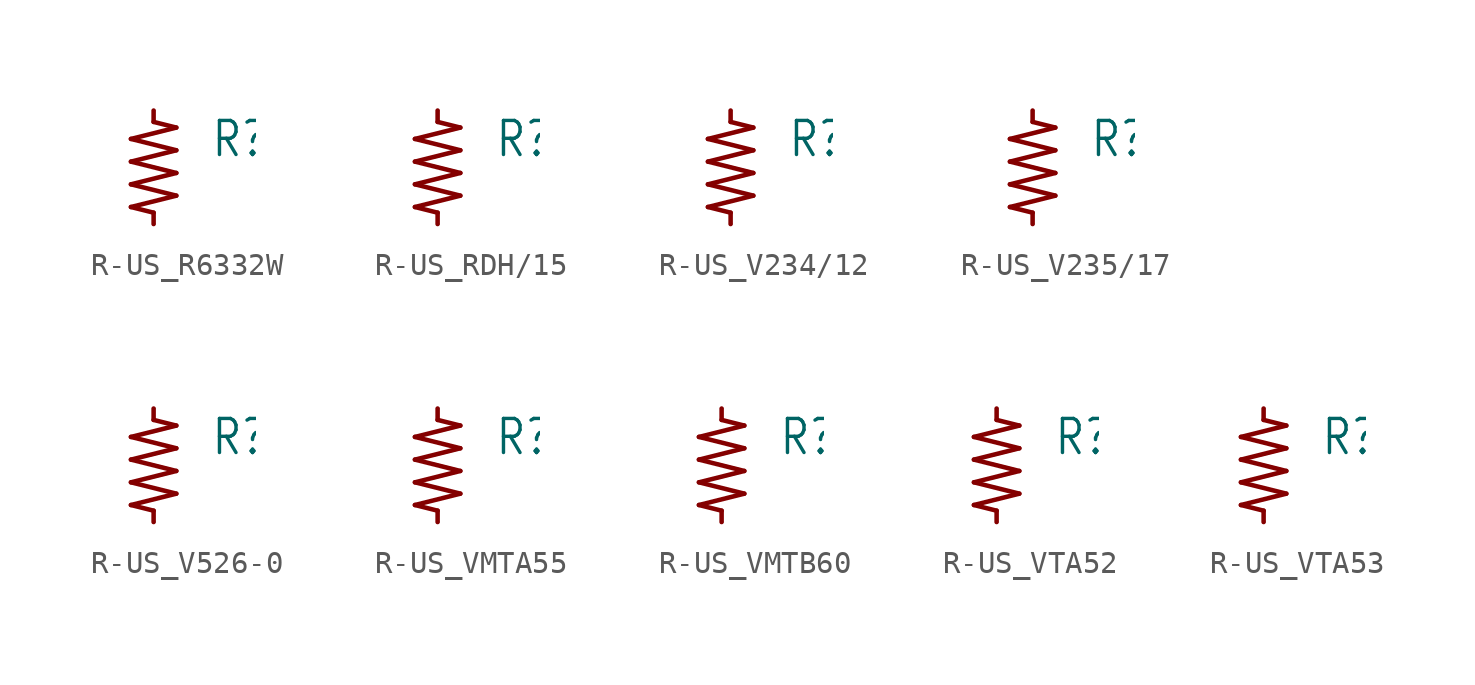
<source format=kicad_sym>
(kicad_symbol_lib
  (version 20220914)
  (generator kicad_symbol_editor)
  (symbol "R-US_R6332W"
    (property "Reference" "R"
      (at 2.54 1.27 0)
      (effects (font (size 1.524 1.295)) (justify left)))
    (property "Value" ""
      (at 2.54 -1.27 0)
      (effects (font (size 1.524 1.295)) (justify left)))
    (property "ki_locked" ""
      (at 0 0 0)
      (effects (font (size 1.27 1.27))))
    (symbol "R-US_R6332W_1_0"
      (polyline (pts (xy -1.016 -1.778) (xy 0 -2.032)) (stroke (width 0.203) (type solid)) (fill (type none)))
      (polyline (pts (xy -1.016 -0.762) (xy 1.016 -0.254)) (stroke (width 0.203) (type solid)) (fill (type none)))
      (polyline (pts (xy -1.016 0.254) (xy 1.016 0.762)) (stroke (width 0.203) (type solid)) (fill (type none)))
      (polyline (pts (xy -1.016 1.27) (xy 1.016 1.778)) (stroke (width 0.203) (type solid)) (fill (type none)))
      (polyline (pts (xy 0 -2.032) (xy 0 -2.54)) (stroke (width 0.203) (type solid)) (fill (type none)))
      (polyline (pts (xy 0 2.032) (xy 0 2.54)) (stroke (width 0.203) (type solid)) (fill (type none)))
      (polyline (pts (xy 1.016 -1.27) (xy -1.016 -1.778)) (stroke (width 0.203) (type solid)) (fill (type none)))
      (polyline (pts (xy 1.016 -1.27) (xy -1.016 -0.762)) (stroke (width 0.203) (type solid)) (fill (type none)))
      (polyline (pts (xy 1.016 -0.254) (xy -1.016 0.254)) (stroke (width 0.203) (type solid)) (fill (type none)))
      (polyline (pts (xy 1.016 0.762) (xy -1.016 1.27)) (stroke (width 0.203) (type solid)) (fill (type none)))
      (polyline (pts (xy 1.016 1.778) (xy 0 2.032)) (stroke (width 0.203) (type solid)) (fill (type none)))
      (pin passive line (at 0 -2.54 90) (length 0) (name "1" (effects (font (size 0 0)))) (number "1" (effects (font (size 0 0)))))
      (pin passive line (at 0 2.54 270) (length 0) (name "2" (effects (font (size 0 0)))) (number "2" (effects (font (size 0 0)))))))
  (symbol "R-US_RDH/15"
    (property "Reference" "R"
      (at 2.54 1.27 0)
      (effects (font (size 1.524 1.295)) (justify left)))
    (property "Value" ""
      (at 2.54 -1.27 0)
      (effects (font (size 1.524 1.295)) (justify left)))
    (property "ki_locked" ""
      (at 0 0 0)
      (effects (font (size 1.27 1.27))))
    (symbol "R-US_RDH/15_1_0"
      (polyline (pts (xy -1.016 -1.778) (xy 0 -2.032)) (stroke (width 0.203) (type solid)) (fill (type none)))
      (polyline (pts (xy -1.016 -0.762) (xy 1.016 -0.254)) (stroke (width 0.203) (type solid)) (fill (type none)))
      (polyline (pts (xy -1.016 0.254) (xy 1.016 0.762)) (stroke (width 0.203) (type solid)) (fill (type none)))
      (polyline (pts (xy -1.016 1.27) (xy 1.016 1.778)) (stroke (width 0.203) (type solid)) (fill (type none)))
      (polyline (pts (xy 0 -2.032) (xy 0 -2.54)) (stroke (width 0.203) (type solid)) (fill (type none)))
      (polyline (pts (xy 0 2.032) (xy 0 2.54)) (stroke (width 0.203) (type solid)) (fill (type none)))
      (polyline (pts (xy 1.016 -1.27) (xy -1.016 -1.778)) (stroke (width 0.203) (type solid)) (fill (type none)))
      (polyline (pts (xy 1.016 -1.27) (xy -1.016 -0.762)) (stroke (width 0.203) (type solid)) (fill (type none)))
      (polyline (pts (xy 1.016 -0.254) (xy -1.016 0.254)) (stroke (width 0.203) (type solid)) (fill (type none)))
      (polyline (pts (xy 1.016 0.762) (xy -1.016 1.27)) (stroke (width 0.203) (type solid)) (fill (type none)))
      (polyline (pts (xy 1.016 1.778) (xy 0 2.032)) (stroke (width 0.203) (type solid)) (fill (type none)))
      (pin passive line (at 0 -2.54 90) (length 0) (name "1" (effects (font (size 0 0)))) (number "1" (effects (font (size 0 0)))))
      (pin passive line (at 0 2.54 270) (length 0) (name "2" (effects (font (size 0 0)))) (number "2" (effects (font (size 0 0)))))))
  (symbol "R-US_V234/12"
    (property "Reference" "R"
      (at 2.54 1.27 0)
      (effects (font (size 1.524 1.295)) (justify left)))
    (property "Value" ""
      (at 2.54 -1.27 0)
      (effects (font (size 1.524 1.295)) (justify left)))
    (property "ki_locked" ""
      (at 0 0 0)
      (effects (font (size 1.27 1.27))))
    (symbol "R-US_V234/12_1_0"
      (polyline (pts (xy -1.016 -1.778) (xy 0 -2.032)) (stroke (width 0.203) (type solid)) (fill (type none)))
      (polyline (pts (xy -1.016 -0.762) (xy 1.016 -0.254)) (stroke (width 0.203) (type solid)) (fill (type none)))
      (polyline (pts (xy -1.016 0.254) (xy 1.016 0.762)) (stroke (width 0.203) (type solid)) (fill (type none)))
      (polyline (pts (xy -1.016 1.27) (xy 1.016 1.778)) (stroke (width 0.203) (type solid)) (fill (type none)))
      (polyline (pts (xy 0 -2.032) (xy 0 -2.54)) (stroke (width 0.203) (type solid)) (fill (type none)))
      (polyline (pts (xy 0 2.032) (xy 0 2.54)) (stroke (width 0.203) (type solid)) (fill (type none)))
      (polyline (pts (xy 1.016 -1.27) (xy -1.016 -1.778)) (stroke (width 0.203) (type solid)) (fill (type none)))
      (polyline (pts (xy 1.016 -1.27) (xy -1.016 -0.762)) (stroke (width 0.203) (type solid)) (fill (type none)))
      (polyline (pts (xy 1.016 -0.254) (xy -1.016 0.254)) (stroke (width 0.203) (type solid)) (fill (type none)))
      (polyline (pts (xy 1.016 0.762) (xy -1.016 1.27)) (stroke (width 0.203) (type solid)) (fill (type none)))
      (polyline (pts (xy 1.016 1.778) (xy 0 2.032)) (stroke (width 0.203) (type solid)) (fill (type none)))
      (pin passive line (at 0 -2.54 90) (length 0) (name "1" (effects (font (size 0 0)))) (number "1" (effects (font (size 0 0)))))
      (pin passive line (at 0 2.54 270) (length 0) (name "2" (effects (font (size 0 0)))) (number "2" (effects (font (size 0 0)))))))
  (symbol "R-US_V235/17"
    (property "Reference" "R"
      (at 2.54 1.27 0)
      (effects (font (size 1.524 1.295)) (justify left)))
    (property "Value" ""
      (at 2.54 -1.27 0)
      (effects (font (size 1.524 1.295)) (justify left)))
    (property "ki_locked" ""
      (at 0 0 0)
      (effects (font (size 1.27 1.27))))
    (symbol "R-US_V235/17_1_0"
      (polyline (pts (xy -1.016 -1.778) (xy 0 -2.032)) (stroke (width 0.203) (type solid)) (fill (type none)))
      (polyline (pts (xy -1.016 -0.762) (xy 1.016 -0.254)) (stroke (width 0.203) (type solid)) (fill (type none)))
      (polyline (pts (xy -1.016 0.254) (xy 1.016 0.762)) (stroke (width 0.203) (type solid)) (fill (type none)))
      (polyline (pts (xy -1.016 1.27) (xy 1.016 1.778)) (stroke (width 0.203) (type solid)) (fill (type none)))
      (polyline (pts (xy 0 -2.032) (xy 0 -2.54)) (stroke (width 0.203) (type solid)) (fill (type none)))
      (polyline (pts (xy 0 2.032) (xy 0 2.54)) (stroke (width 0.203) (type solid)) (fill (type none)))
      (polyline (pts (xy 1.016 -1.27) (xy -1.016 -1.778)) (stroke (width 0.203) (type solid)) (fill (type none)))
      (polyline (pts (xy 1.016 -1.27) (xy -1.016 -0.762)) (stroke (width 0.203) (type solid)) (fill (type none)))
      (polyline (pts (xy 1.016 -0.254) (xy -1.016 0.254)) (stroke (width 0.203) (type solid)) (fill (type none)))
      (polyline (pts (xy 1.016 0.762) (xy -1.016 1.27)) (stroke (width 0.203) (type solid)) (fill (type none)))
      (polyline (pts (xy 1.016 1.778) (xy 0 2.032)) (stroke (width 0.203) (type solid)) (fill (type none)))
      (pin passive line (at 0 -2.54 90) (length 0) (name "1" (effects (font (size 0 0)))) (number "1" (effects (font (size 0 0)))))
      (pin passive line (at 0 2.54 270) (length 0) (name "2" (effects (font (size 0 0)))) (number "2" (effects (font (size 0 0)))))))
  (symbol "R-US_V526-0"
    (property "Reference" "R"
      (at 2.54 1.27 0)
      (effects (font (size 1.524 1.295)) (justify left)))
    (property "Value" ""
      (at 2.54 -1.27 0)
      (effects (font (size 1.524 1.295)) (justify left)))
    (property "ki_locked" ""
      (at 0 0 0)
      (effects (font (size 1.27 1.27))))
    (symbol "R-US_V526-0_1_0"
      (polyline (pts (xy -1.016 -1.778) (xy 0 -2.032)) (stroke (width 0.203) (type solid)) (fill (type none)))
      (polyline (pts (xy -1.016 -0.762) (xy 1.016 -0.254)) (stroke (width 0.203) (type solid)) (fill (type none)))
      (polyline (pts (xy -1.016 0.254) (xy 1.016 0.762)) (stroke (width 0.203) (type solid)) (fill (type none)))
      (polyline (pts (xy -1.016 1.27) (xy 1.016 1.778)) (stroke (width 0.203) (type solid)) (fill (type none)))
      (polyline (pts (xy 0 -2.032) (xy 0 -2.54)) (stroke (width 0.203) (type solid)) (fill (type none)))
      (polyline (pts (xy 0 2.032) (xy 0 2.54)) (stroke (width 0.203) (type solid)) (fill (type none)))
      (polyline (pts (xy 1.016 -1.27) (xy -1.016 -1.778)) (stroke (width 0.203) (type solid)) (fill (type none)))
      (polyline (pts (xy 1.016 -1.27) (xy -1.016 -0.762)) (stroke (width 0.203) (type solid)) (fill (type none)))
      (polyline (pts (xy 1.016 -0.254) (xy -1.016 0.254)) (stroke (width 0.203) (type solid)) (fill (type none)))
      (polyline (pts (xy 1.016 0.762) (xy -1.016 1.27)) (stroke (width 0.203) (type solid)) (fill (type none)))
      (polyline (pts (xy 1.016 1.778) (xy 0 2.032)) (stroke (width 0.203) (type solid)) (fill (type none)))
      (pin passive line (at 0 -2.54 90) (length 0) (name "1" (effects (font (size 0 0)))) (number "1" (effects (font (size 0 0)))))
      (pin passive line (at 0 2.54 270) (length 0) (name "2" (effects (font (size 0 0)))) (number "2" (effects (font (size 0 0)))))))
  (symbol "R-US_VMTA55"
    (property "Reference" "R"
      (at 2.54 1.27 0)
      (effects (font (size 1.524 1.295)) (justify left)))
    (property "Value" ""
      (at 2.54 -1.27 0)
      (effects (font (size 1.524 1.295)) (justify left)))
    (property "ki_locked" ""
      (at 0 0 0)
      (effects (font (size 1.27 1.27))))
    (symbol "R-US_VMTA55_1_0"
      (polyline (pts (xy -1.016 -1.778) (xy 0 -2.032)) (stroke (width 0.203) (type solid)) (fill (type none)))
      (polyline (pts (xy -1.016 -0.762) (xy 1.016 -0.254)) (stroke (width 0.203) (type solid)) (fill (type none)))
      (polyline (pts (xy -1.016 0.254) (xy 1.016 0.762)) (stroke (width 0.203) (type solid)) (fill (type none)))
      (polyline (pts (xy -1.016 1.27) (xy 1.016 1.778)) (stroke (width 0.203) (type solid)) (fill (type none)))
      (polyline (pts (xy 0 -2.032) (xy 0 -2.54)) (stroke (width 0.203) (type solid)) (fill (type none)))
      (polyline (pts (xy 0 2.032) (xy 0 2.54)) (stroke (width 0.203) (type solid)) (fill (type none)))
      (polyline (pts (xy 1.016 -1.27) (xy -1.016 -1.778)) (stroke (width 0.203) (type solid)) (fill (type none)))
      (polyline (pts (xy 1.016 -1.27) (xy -1.016 -0.762)) (stroke (width 0.203) (type solid)) (fill (type none)))
      (polyline (pts (xy 1.016 -0.254) (xy -1.016 0.254)) (stroke (width 0.203) (type solid)) (fill (type none)))
      (polyline (pts (xy 1.016 0.762) (xy -1.016 1.27)) (stroke (width 0.203) (type solid)) (fill (type none)))
      (polyline (pts (xy 1.016 1.778) (xy 0 2.032)) (stroke (width 0.203) (type solid)) (fill (type none)))
      (pin passive line (at 0 -2.54 90) (length 0) (name "1" (effects (font (size 0 0)))) (number "1" (effects (font (size 0 0)))))
      (pin passive line (at 0 2.54 270) (length 0) (name "2" (effects (font (size 0 0)))) (number "2" (effects (font (size 0 0)))))))
  (symbol "R-US_VMTB60"
    (property "Reference" "R"
      (at 2.54 1.27 0)
      (effects (font (size 1.524 1.295)) (justify left)))
    (property "Value" ""
      (at 2.54 -1.27 0)
      (effects (font (size 1.524 1.295)) (justify left)))
    (property "ki_locked" ""
      (at 0 0 0)
      (effects (font (size 1.27 1.27))))
    (symbol "R-US_VMTB60_1_0"
      (polyline (pts (xy -1.016 -1.778) (xy 0 -2.032)) (stroke (width 0.203) (type solid)) (fill (type none)))
      (polyline (pts (xy -1.016 -0.762) (xy 1.016 -0.254)) (stroke (width 0.203) (type solid)) (fill (type none)))
      (polyline (pts (xy -1.016 0.254) (xy 1.016 0.762)) (stroke (width 0.203) (type solid)) (fill (type none)))
      (polyline (pts (xy -1.016 1.27) (xy 1.016 1.778)) (stroke (width 0.203) (type solid)) (fill (type none)))
      (polyline (pts (xy 0 -2.032) (xy 0 -2.54)) (stroke (width 0.203) (type solid)) (fill (type none)))
      (polyline (pts (xy 0 2.032) (xy 0 2.54)) (stroke (width 0.203) (type solid)) (fill (type none)))
      (polyline (pts (xy 1.016 -1.27) (xy -1.016 -1.778)) (stroke (width 0.203) (type solid)) (fill (type none)))
      (polyline (pts (xy 1.016 -1.27) (xy -1.016 -0.762)) (stroke (width 0.203) (type solid)) (fill (type none)))
      (polyline (pts (xy 1.016 -0.254) (xy -1.016 0.254)) (stroke (width 0.203) (type solid)) (fill (type none)))
      (polyline (pts (xy 1.016 0.762) (xy -1.016 1.27)) (stroke (width 0.203) (type solid)) (fill (type none)))
      (polyline (pts (xy 1.016 1.778) (xy 0 2.032)) (stroke (width 0.203) (type solid)) (fill (type none)))
      (pin passive line (at 0 -2.54 90) (length 0) (name "1" (effects (font (size 0 0)))) (number "1" (effects (font (size 0 0)))))
      (pin passive line (at 0 2.54 270) (length 0) (name "2" (effects (font (size 0 0)))) (number "2" (effects (font (size 0 0)))))))
  (symbol "R-US_VTA52"
    (property "Reference" "R"
      (at 2.54 1.27 0)
      (effects (font (size 1.524 1.295)) (justify left)))
    (property "Value" ""
      (at 2.54 -1.27 0)
      (effects (font (size 1.524 1.295)) (justify left)))
    (property "ki_locked" ""
      (at 0 0 0)
      (effects (font (size 1.27 1.27))))
    (symbol "R-US_VTA52_1_0"
      (polyline (pts (xy -1.016 -1.778) (xy 0 -2.032)) (stroke (width 0.203) (type solid)) (fill (type none)))
      (polyline (pts (xy -1.016 -0.762) (xy 1.016 -0.254)) (stroke (width 0.203) (type solid)) (fill (type none)))
      (polyline (pts (xy -1.016 0.254) (xy 1.016 0.762)) (stroke (width 0.203) (type solid)) (fill (type none)))
      (polyline (pts (xy -1.016 1.27) (xy 1.016 1.778)) (stroke (width 0.203) (type solid)) (fill (type none)))
      (polyline (pts (xy 0 -2.032) (xy 0 -2.54)) (stroke (width 0.203) (type solid)) (fill (type none)))
      (polyline (pts (xy 0 2.032) (xy 0 2.54)) (stroke (width 0.203) (type solid)) (fill (type none)))
      (polyline (pts (xy 1.016 -1.27) (xy -1.016 -1.778)) (stroke (width 0.203) (type solid)) (fill (type none)))
      (polyline (pts (xy 1.016 -1.27) (xy -1.016 -0.762)) (stroke (width 0.203) (type solid)) (fill (type none)))
      (polyline (pts (xy 1.016 -0.254) (xy -1.016 0.254)) (stroke (width 0.203) (type solid)) (fill (type none)))
      (polyline (pts (xy 1.016 0.762) (xy -1.016 1.27)) (stroke (width 0.203) (type solid)) (fill (type none)))
      (polyline (pts (xy 1.016 1.778) (xy 0 2.032)) (stroke (width 0.203) (type solid)) (fill (type none)))
      (pin passive line (at 0 -2.54 90) (length 0) (name "1" (effects (font (size 0 0)))) (number "1" (effects (font (size 0 0)))))
      (pin passive line (at 0 2.54 270) (length 0) (name "2" (effects (font (size 0 0)))) (number "2" (effects (font (size 0 0)))))))
  (symbol "R-US_VTA53"
    (property "Reference" "R"
      (at 2.54 1.27 0)
      (effects (font (size 1.524 1.295)) (justify left)))
    (property "Value" ""
      (at 2.54 -1.27 0)
      (effects (font (size 1.524 1.295)) (justify left)))
    (property "ki_locked" ""
      (at 0 0 0)
      (effects (font (size 1.27 1.27))))
    (symbol "R-US_VTA53_1_0"
      (polyline (pts (xy -1.016 -1.778) (xy 0 -2.032)) (stroke (width 0.203) (type solid)) (fill (type none)))
      (polyline (pts (xy -1.016 -0.762) (xy 1.016 -0.254)) (stroke (width 0.203) (type solid)) (fill (type none)))
      (polyline (pts (xy -1.016 0.254) (xy 1.016 0.762)) (stroke (width 0.203) (type solid)) (fill (type none)))
      (polyline (pts (xy -1.016 1.27) (xy 1.016 1.778)) (stroke (width 0.203) (type solid)) (fill (type none)))
      (polyline (pts (xy 0 -2.032) (xy 0 -2.54)) (stroke (width 0.203) (type solid)) (fill (type none)))
      (polyline (pts (xy 0 2.032) (xy 0 2.54)) (stroke (width 0.203) (type solid)) (fill (type none)))
      (polyline (pts (xy 1.016 -1.27) (xy -1.016 -1.778)) (stroke (width 0.203) (type solid)) (fill (type none)))
      (polyline (pts (xy 1.016 -1.27) (xy -1.016 -0.762)) (stroke (width 0.203) (type solid)) (fill (type none)))
      (polyline (pts (xy 1.016 -0.254) (xy -1.016 0.254)) (stroke (width 0.203) (type solid)) (fill (type none)))
      (polyline (pts (xy 1.016 0.762) (xy -1.016 1.27)) (stroke (width 0.203) (type solid)) (fill (type none)))
      (polyline (pts (xy 1.016 1.778) (xy 0 2.032)) (stroke (width 0.203) (type solid)) (fill (type none)))
      (pin passive line (at 0 -2.54 90) (length 0) (name "1" (effects (font (size 0 0)))) (number "1" (effects (font (size 0 0)))))
      (pin passive line (at 0 2.54 270) (length 0) (name "2" (effects (font (size 0 0)))) (number "2" (effects (font (size 0 0))))))))
</source>
